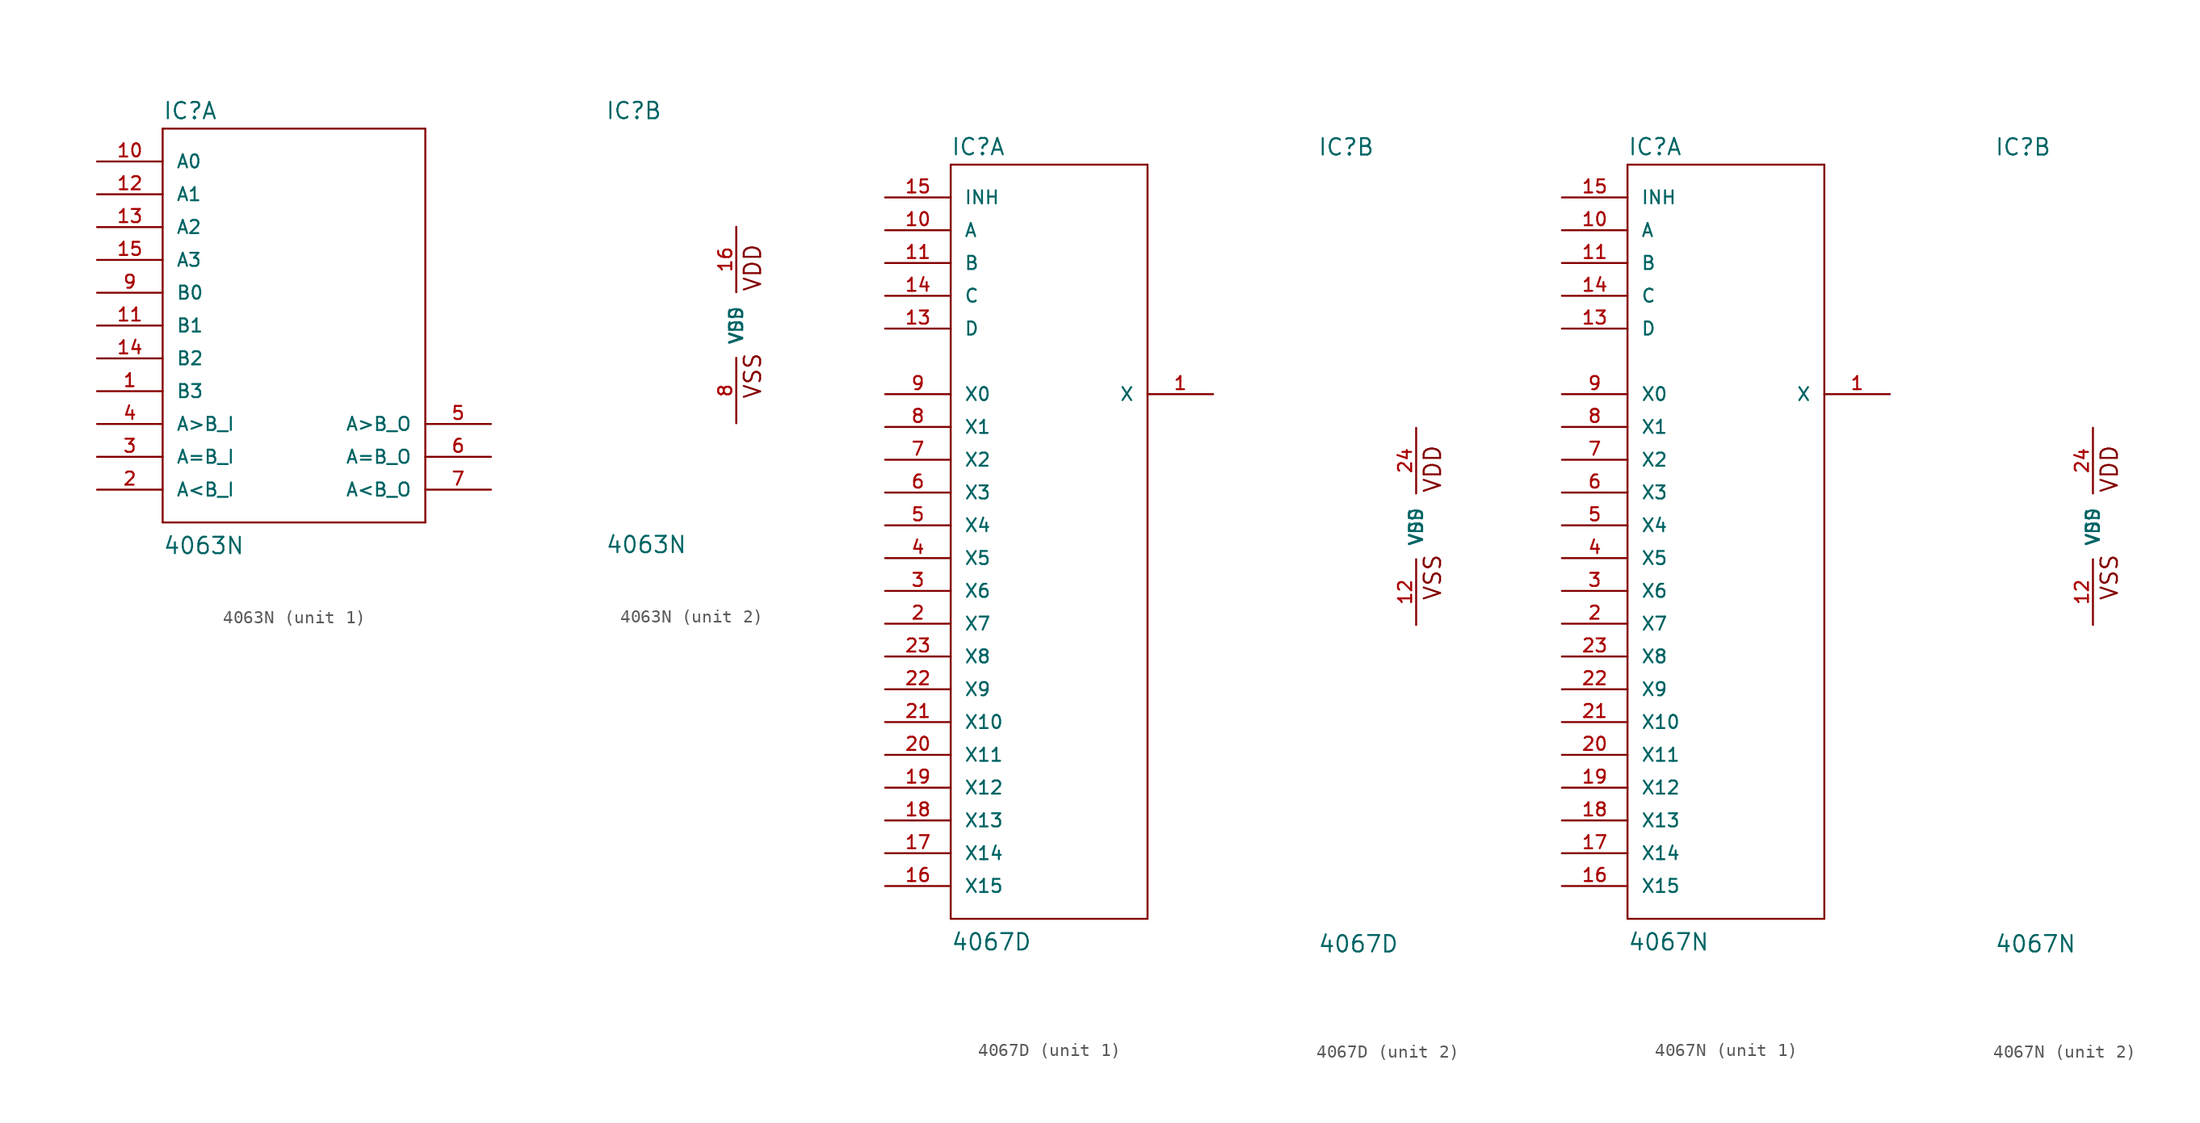
<source format=kicad_sym>
(kicad_symbol_lib
  (version 20211014)
  (generator kicad_symbol_editor)
  (symbol "4063N"
    (pin_names
      (offset 1.016))
    (property "Reference" "IC"
      (at -10.16 15.875 0)
      (effects (font (size 1.27 1.27)) (justify left bottom)))
    (property "Value" "4063N"
      (at -10.16 -17.78 0)
      (effects (font (size 1.27 1.27)) (justify left bottom)))
    (property "ki_locked" ""
      (at 0 0 0)
      (effects (font (size 1.27 1.27))))
    (symbol "4063N_1_0"
      (polyline (pts (xy -10.16 -15.24) (xy 10.16 -15.24)) (stroke (width 0) (type default) (color 0 0 0 0)) (fill (type none)))
      (polyline (pts (xy -10.16 15.24) (xy -10.16 -15.24)) (stroke (width 0) (type default) (color 0 0 0 0)) (fill (type none)))
      (polyline (pts (xy 10.16 -15.24) (xy 10.16 15.24)) (stroke (width 0) (type default) (color 0 0 0 0)) (fill (type none)))
      (polyline (pts (xy 10.16 15.24) (xy -10.16 15.24)) (stroke (width 0) (type default) (color 0 0 0 0)) (fill (type none))))
    (symbol "4063N_1_1"
      (pin input line (at -15.24 -5.08 0) (length 5.08) (name "B3" (effects (font (size 1.016 1.016)))) (number "1" (effects (font (size 1.016 1.016)))))
      (pin input line (at -15.24 12.7 0) (length 5.08) (name "A0" (effects (font (size 1.016 1.016)))) (number "10" (effects (font (size 1.016 1.016)))))
      (pin input line (at -15.24 0 0) (length 5.08) (name "B1" (effects (font (size 1.016 1.016)))) (number "11" (effects (font (size 1.016 1.016)))))
      (pin input line (at -15.24 10.16 0) (length 5.08) (name "A1" (effects (font (size 1.016 1.016)))) (number "12" (effects (font (size 1.016 1.016)))))
      (pin input line (at -15.24 7.62 0) (length 5.08) (name "A2" (effects (font (size 1.016 1.016)))) (number "13" (effects (font (size 1.016 1.016)))))
      (pin input line (at -15.24 -2.54 0) (length 5.08) (name "B2" (effects (font (size 1.016 1.016)))) (number "14" (effects (font (size 1.016 1.016)))))
      (pin input line (at -15.24 5.08 0) (length 5.08) (name "A3" (effects (font (size 1.016 1.016)))) (number "15" (effects (font (size 1.016 1.016)))))
      (pin input line (at -15.24 -12.7 0) (length 5.08) (name "A<B_I" (effects (font (size 1.016 1.016)))) (number "2" (effects (font (size 1.016 1.016)))))
      (pin input line (at -15.24 -10.16 0) (length 5.08) (name "A=B_I" (effects (font (size 1.016 1.016)))) (number "3" (effects (font (size 1.016 1.016)))))
      (pin input line (at -15.24 -7.62 0) (length 5.08) (name "A>B_I" (effects (font (size 1.016 1.016)))) (number "4" (effects (font (size 1.016 1.016)))))
      (pin output line (at 15.24 -7.62 180) (length 5.08) (name "A>B_O" (effects (font (size 1.016 1.016)))) (number "5" (effects (font (size 1.016 1.016)))))
      (pin output line (at 15.24 -10.16 180) (length 5.08) (name "A=B_O" (effects (font (size 1.016 1.016)))) (number "6" (effects (font (size 1.016 1.016)))))
      (pin output line (at 15.24 -12.7 180) (length 5.08) (name "A<B_O" (effects (font (size 1.016 1.016)))) (number "7" (effects (font (size 1.016 1.016)))))
      (pin input line (at -15.24 2.54 0) (length 5.08) (name "B0" (effects (font (size 1.016 1.016)))) (number "9" (effects (font (size 1.016 1.016))))))
    (symbol "4063N_2_0"
      (text "VDD" (at 1.27 4.445 1) (effects (font (size 1.27 1.27))))
      (text "VSS" (at 1.27 -3.937 1) (effects (font (size 1.27 1.27)))))
    (symbol "4063N_2_1"
      (pin power_in line (at 0 7.62 270) (length 5.08) (name "VDD" (effects (font (size 1.016 1.016)))) (number "16" (effects (font (size 1.016 1.016)))))
      (pin power_in line (at 0 -7.62 90) (length 5.08) (name "VSS" (effects (font (size 1.016 1.016)))) (number "8" (effects (font (size 1.016 1.016)))))))
  (symbol "4067D"
    (pin_names
      (offset 1.016))
    (property "Reference" "IC"
      (at -7.62 28.575 0)
      (effects (font (size 1.27 1.27)) (justify left bottom)))
    (property "Value" "4067D"
      (at -7.62 -33.02 0)
      (effects (font (size 1.27 1.27)) (justify left bottom)))
    (property "ki_locked" ""
      (at 0 0 0)
      (effects (font (size 1.27 1.27))))
    (symbol "4067D_1_0"
      (polyline (pts (xy -7.62 -30.48) (xy 7.62 -30.48)) (stroke (width 0) (type default) (color 0 0 0 0)) (fill (type none)))
      (polyline (pts (xy -7.62 27.94) (xy -7.62 -30.48)) (stroke (width 0) (type default) (color 0 0 0 0)) (fill (type none)))
      (polyline (pts (xy 7.62 -30.48) (xy 7.62 27.94)) (stroke (width 0) (type default) (color 0 0 0 0)) (fill (type none)))
      (polyline (pts (xy 7.62 27.94) (xy -7.62 27.94)) (stroke (width 0) (type default) (color 0 0 0 0)) (fill (type none))))
    (symbol "4067D_1_1"
      (pin output line (at 12.7 10.16 180) (length 5.08) (name "X" (effects (font (size 1.016 1.016)))) (number "1" (effects (font (size 1.016 1.016)))))
      (pin input line (at -12.7 22.86 0) (length 5.08) (name "A" (effects (font (size 1.016 1.016)))) (number "10" (effects (font (size 1.016 1.016)))))
      (pin input line (at -12.7 20.32 0) (length 5.08) (name "B" (effects (font (size 1.016 1.016)))) (number "11" (effects (font (size 1.016 1.016)))))
      (pin input line (at -12.7 15.24 0) (length 5.08) (name "D" (effects (font (size 1.016 1.016)))) (number "13" (effects (font (size 1.016 1.016)))))
      (pin input line (at -12.7 17.78 0) (length 5.08) (name "C" (effects (font (size 1.016 1.016)))) (number "14" (effects (font (size 1.016 1.016)))))
      (pin input line (at -12.7 25.4 0) (length 5.08) (name "INH" (effects (font (size 1.016 1.016)))) (number "15" (effects (font (size 1.016 1.016)))))
      (pin input line (at -12.7 -27.94 0) (length 5.08) (name "X15" (effects (font (size 1.016 1.016)))) (number "16" (effects (font (size 1.016 1.016)))))
      (pin input line (at -12.7 -25.4 0) (length 5.08) (name "X14" (effects (font (size 1.016 1.016)))) (number "17" (effects (font (size 1.016 1.016)))))
      (pin input line (at -12.7 -22.86 0) (length 5.08) (name "X13" (effects (font (size 1.016 1.016)))) (number "18" (effects (font (size 1.016 1.016)))))
      (pin input line (at -12.7 -20.32 0) (length 5.08) (name "X12" (effects (font (size 1.016 1.016)))) (number "19" (effects (font (size 1.016 1.016)))))
      (pin input line (at -12.7 -7.62 0) (length 5.08) (name "X7" (effects (font (size 1.016 1.016)))) (number "2" (effects (font (size 1.016 1.016)))))
      (pin input line (at -12.7 -17.78 0) (length 5.08) (name "X11" (effects (font (size 1.016 1.016)))) (number "20" (effects (font (size 1.016 1.016)))))
      (pin input line (at -12.7 -15.24 0) (length 5.08) (name "X10" (effects (font (size 1.016 1.016)))) (number "21" (effects (font (size 1.016 1.016)))))
      (pin input line (at -12.7 -12.7 0) (length 5.08) (name "X9" (effects (font (size 1.016 1.016)))) (number "22" (effects (font (size 1.016 1.016)))))
      (pin input line (at -12.7 -10.16 0) (length 5.08) (name "X8" (effects (font (size 1.016 1.016)))) (number "23" (effects (font (size 1.016 1.016)))))
      (pin input line (at -12.7 -5.08 0) (length 5.08) (name "X6" (effects (font (size 1.016 1.016)))) (number "3" (effects (font (size 1.016 1.016)))))
      (pin input line (at -12.7 -2.54 0) (length 5.08) (name "X5" (effects (font (size 1.016 1.016)))) (number "4" (effects (font (size 1.016 1.016)))))
      (pin input line (at -12.7 0 0) (length 5.08) (name "X4" (effects (font (size 1.016 1.016)))) (number "5" (effects (font (size 1.016 1.016)))))
      (pin input line (at -12.7 2.54 0) (length 5.08) (name "X3" (effects (font (size 1.016 1.016)))) (number "6" (effects (font (size 1.016 1.016)))))
      (pin input line (at -12.7 5.08 0) (length 5.08) (name "X2" (effects (font (size 1.016 1.016)))) (number "7" (effects (font (size 1.016 1.016)))))
      (pin input line (at -12.7 7.62 0) (length 5.08) (name "X1" (effects (font (size 1.016 1.016)))) (number "8" (effects (font (size 1.016 1.016)))))
      (pin input line (at -12.7 10.16 0) (length 5.08) (name "X0" (effects (font (size 1.016 1.016)))) (number "9" (effects (font (size 1.016 1.016))))))
    (symbol "4067D_2_0"
      (text "VDD" (at 1.27 4.445 1) (effects (font (size 1.27 1.27))))
      (text "VSS" (at 1.27 -3.937 1) (effects (font (size 1.27 1.27)))))
    (symbol "4067D_2_1"
      (pin power_in line (at 0 -7.62 90) (length 5.08) (name "VSS" (effects (font (size 1.016 1.016)))) (number "12" (effects (font (size 1.016 1.016)))))
      (pin power_in line (at 0 7.62 270) (length 5.08) (name "VDD" (effects (font (size 1.016 1.016)))) (number "24" (effects (font (size 1.016 1.016)))))))
  (symbol "4067N"
    (pin_names
      (offset 1.016))
    (property "Reference" "IC"
      (at -7.62 28.575 0)
      (effects (font (size 1.27 1.27)) (justify left bottom)))
    (property "Value" "4067N"
      (at -7.62 -33.02 0)
      (effects (font (size 1.27 1.27)) (justify left bottom)))
    (property "ki_locked" ""
      (at 0 0 0)
      (effects (font (size 1.27 1.27))))
    (symbol "4067N_1_0"
      (polyline (pts (xy -7.62 -30.48) (xy 7.62 -30.48)) (stroke (width 0) (type default) (color 0 0 0 0)) (fill (type none)))
      (polyline (pts (xy -7.62 27.94) (xy -7.62 -30.48)) (stroke (width 0) (type default) (color 0 0 0 0)) (fill (type none)))
      (polyline (pts (xy 7.62 -30.48) (xy 7.62 27.94)) (stroke (width 0) (type default) (color 0 0 0 0)) (fill (type none)))
      (polyline (pts (xy 7.62 27.94) (xy -7.62 27.94)) (stroke (width 0) (type default) (color 0 0 0 0)) (fill (type none))))
    (symbol "4067N_1_1"
      (pin output line (at 12.7 10.16 180) (length 5.08) (name "X" (effects (font (size 1.016 1.016)))) (number "1" (effects (font (size 1.016 1.016)))))
      (pin input line (at -12.7 22.86 0) (length 5.08) (name "A" (effects (font (size 1.016 1.016)))) (number "10" (effects (font (size 1.016 1.016)))))
      (pin input line (at -12.7 20.32 0) (length 5.08) (name "B" (effects (font (size 1.016 1.016)))) (number "11" (effects (font (size 1.016 1.016)))))
      (pin input line (at -12.7 15.24 0) (length 5.08) (name "D" (effects (font (size 1.016 1.016)))) (number "13" (effects (font (size 1.016 1.016)))))
      (pin input line (at -12.7 17.78 0) (length 5.08) (name "C" (effects (font (size 1.016 1.016)))) (number "14" (effects (font (size 1.016 1.016)))))
      (pin input line (at -12.7 25.4 0) (length 5.08) (name "INH" (effects (font (size 1.016 1.016)))) (number "15" (effects (font (size 1.016 1.016)))))
      (pin input line (at -12.7 -27.94 0) (length 5.08) (name "X15" (effects (font (size 1.016 1.016)))) (number "16" (effects (font (size 1.016 1.016)))))
      (pin input line (at -12.7 -25.4 0) (length 5.08) (name "X14" (effects (font (size 1.016 1.016)))) (number "17" (effects (font (size 1.016 1.016)))))
      (pin input line (at -12.7 -22.86 0) (length 5.08) (name "X13" (effects (font (size 1.016 1.016)))) (number "18" (effects (font (size 1.016 1.016)))))
      (pin input line (at -12.7 -20.32 0) (length 5.08) (name "X12" (effects (font (size 1.016 1.016)))) (number "19" (effects (font (size 1.016 1.016)))))
      (pin input line (at -12.7 -7.62 0) (length 5.08) (name "X7" (effects (font (size 1.016 1.016)))) (number "2" (effects (font (size 1.016 1.016)))))
      (pin input line (at -12.7 -17.78 0) (length 5.08) (name "X11" (effects (font (size 1.016 1.016)))) (number "20" (effects (font (size 1.016 1.016)))))
      (pin input line (at -12.7 -15.24 0) (length 5.08) (name "X10" (effects (font (size 1.016 1.016)))) (number "21" (effects (font (size 1.016 1.016)))))
      (pin input line (at -12.7 -12.7 0) (length 5.08) (name "X9" (effects (font (size 1.016 1.016)))) (number "22" (effects (font (size 1.016 1.016)))))
      (pin input line (at -12.7 -10.16 0) (length 5.08) (name "X8" (effects (font (size 1.016 1.016)))) (number "23" (effects (font (size 1.016 1.016)))))
      (pin input line (at -12.7 -5.08 0) (length 5.08) (name "X6" (effects (font (size 1.016 1.016)))) (number "3" (effects (font (size 1.016 1.016)))))
      (pin input line (at -12.7 -2.54 0) (length 5.08) (name "X5" (effects (font (size 1.016 1.016)))) (number "4" (effects (font (size 1.016 1.016)))))
      (pin input line (at -12.7 0 0) (length 5.08) (name "X4" (effects (font (size 1.016 1.016)))) (number "5" (effects (font (size 1.016 1.016)))))
      (pin input line (at -12.7 2.54 0) (length 5.08) (name "X3" (effects (font (size 1.016 1.016)))) (number "6" (effects (font (size 1.016 1.016)))))
      (pin input line (at -12.7 5.08 0) (length 5.08) (name "X2" (effects (font (size 1.016 1.016)))) (number "7" (effects (font (size 1.016 1.016)))))
      (pin input line (at -12.7 7.62 0) (length 5.08) (name "X1" (effects (font (size 1.016 1.016)))) (number "8" (effects (font (size 1.016 1.016)))))
      (pin input line (at -12.7 10.16 0) (length 5.08) (name "X0" (effects (font (size 1.016 1.016)))) (number "9" (effects (font (size 1.016 1.016))))))
    (symbol "4067N_2_0"
      (text "VDD" (at 1.27 4.445 1) (effects (font (size 1.27 1.27))))
      (text "VSS" (at 1.27 -3.937 1) (effects (font (size 1.27 1.27)))))
    (symbol "4067N_2_1"
      (pin power_in line (at 0 -7.62 90) (length 5.08) (name "VSS" (effects (font (size 1.016 1.016)))) (number "12" (effects (font (size 1.016 1.016)))))
      (pin power_in line (at 0 7.62 270) (length 5.08) (name "VDD" (effects (font (size 1.016 1.016)))) (number "24" (effects (font (size 1.016 1.016))))))))
</source>
